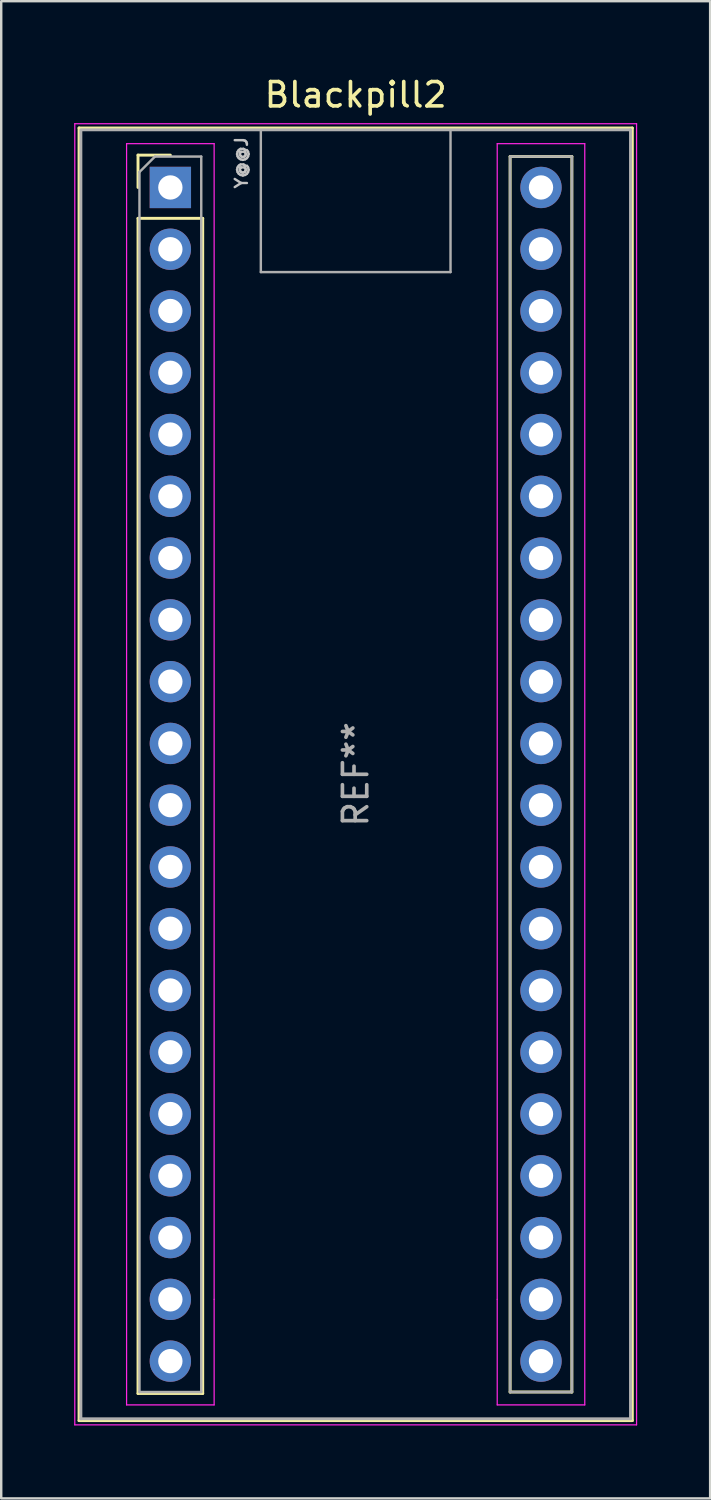
<source format=kicad_pcb>
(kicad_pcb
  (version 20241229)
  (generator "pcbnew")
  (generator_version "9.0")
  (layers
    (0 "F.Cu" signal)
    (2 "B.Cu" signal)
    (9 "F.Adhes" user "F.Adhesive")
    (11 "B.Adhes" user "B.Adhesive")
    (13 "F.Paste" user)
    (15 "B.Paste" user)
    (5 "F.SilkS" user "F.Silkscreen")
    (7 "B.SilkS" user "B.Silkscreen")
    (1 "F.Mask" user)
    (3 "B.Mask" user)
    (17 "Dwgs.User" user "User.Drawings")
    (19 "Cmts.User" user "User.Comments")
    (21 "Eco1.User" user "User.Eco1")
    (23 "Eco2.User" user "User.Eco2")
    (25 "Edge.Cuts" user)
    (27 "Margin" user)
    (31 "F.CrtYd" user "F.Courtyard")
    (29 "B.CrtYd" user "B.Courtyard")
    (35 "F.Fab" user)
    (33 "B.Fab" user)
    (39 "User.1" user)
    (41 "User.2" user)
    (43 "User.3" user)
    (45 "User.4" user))
  (footprint "Blackpill2"
    (layer "F.Cu")
    (at 3.955 4.658)
    (property "Reference" "Blackpill2" (at 7.62 -3.81 0) (layer "F.SilkS") (effects (font (size 1 1) (thickness 0.15))))
    (attr through_hole)
    (fp_line (start -3.755 -2.445) (end 18.995 -2.445) (stroke (width 0.12) (type solid)) (layer "F.SilkS"))
    (fp_line (start -3.755 50.705) (end -3.755 -2.445) (stroke (width 0.12) (type solid)) (layer "F.SilkS"))
    (fp_line (start -1.33 -1.33) (end 0 -1.33) (stroke (width 0.12) (type solid)) (layer "F.SilkS"))
    (fp_line (start -1.33 0) (end -1.33 -1.33) (stroke (width 0.12) (type solid)) (layer "F.SilkS"))
    (fp_line (start -1.33 1.27) (end 1.33 1.27) (stroke (width 0.12) (type solid)) (layer "F.SilkS"))
    (fp_line (start -1.33 49.59) (end -1.33 1.27) (stroke (width 0.12) (type solid)) (layer "F.SilkS"))
    (fp_line (start 1.33 1.27) (end 1.33 49.59) (stroke (width 0.12) (type solid)) (layer "F.SilkS"))
    (fp_line (start 1.33 49.59) (end -1.33 49.59) (stroke (width 0.12) (type solid)) (layer "F.SilkS"))
    (fp_line (start 13.97 -1.27) (end 16.51 -1.27) (stroke (width 0.12) (type solid)) (layer "F.SilkS"))
    (fp_line (start 13.97 49.53) (end 13.97 -1.27) (stroke (width 0.12) (type solid)) (layer "F.SilkS"))
    (fp_line (start 16.51 -1.27) (end 16.51 49.53) (stroke (width 0.12) (type solid)) (layer "F.SilkS"))
    (fp_line (start 16.51 49.53) (end 13.97 49.53) (stroke (width 0.12) (type solid)) (layer "F.SilkS"))
    (fp_line (start 18.995 -2.445) (end 18.995 50.705) (stroke (width 0.12) (type solid)) (layer "F.SilkS"))
    (fp_line (start 18.995 50.705) (end -3.755 50.705) (stroke (width 0.12) (type solid)) (layer "F.SilkS"))
    (fp_line (start -3.93 -2.62) (end 19.17 -2.62) (stroke (width 0.05) (type solid)) (layer "F.CrtYd"))
    (fp_line (start -3.93 50.88) (end -3.93 -2.62) (stroke (width 0.05) (type solid)) (layer "F.CrtYd"))
    (fp_line (start -1.8 -1.8) (end -1.8 50.06) (stroke (width 0.05) (type solid)) (layer "F.CrtYd"))
    (fp_line (start -1.8 50.06) (end 1.8 50.06) (stroke (width 0.05) (type solid)) (layer "F.CrtYd"))
    (fp_line (start 1.8 -1.8) (end -1.8 -1.8) (stroke (width 0.05) (type solid)) (layer "F.CrtYd"))
    (fp_line (start 1.8 -1.8) (end 1.8 45.72) (stroke (width 0.05) (type solid)) (layer "F.CrtYd"))
    (fp_line (start 1.8 45.72) (end 1.8 50.06) (stroke (width 0.05) (type solid)) (layer "F.CrtYd"))
    (fp_line (start 13.44 -1.8) (end 13.44 45.72) (stroke (width 0.05) (type solid)) (layer "F.CrtYd"))
    (fp_line (start 13.44 -1.8) (end 17.04 -1.8) (stroke (width 0.05) (type solid)) (layer "F.CrtYd"))
    (fp_line (start 13.44 45.72) (end 13.44 50.06) (stroke (width 0.05) (type solid)) (layer "F.CrtYd"))
    (fp_line (start 17.04 -1.8) (end 17.04 50.06) (stroke (width 0.05) (type solid)) (layer "F.CrtYd"))
    (fp_line (start 17.04 50.06) (end 13.44 50.06) (stroke (width 0.05) (type solid)) (layer "F.CrtYd"))
    (fp_line (start 19.17 -2.62) (end 19.17 50.88) (stroke (width 0.05) (type solid)) (layer "F.CrtYd"))
    (fp_line (start 19.17 50.88) (end -3.93 50.88) (stroke (width 0.05) (type solid)) (layer "F.CrtYd"))
    (fp_line (start -3.68 -2.37) (end 18.92 -2.37) (stroke (width 0.12) (type solid)) (layer "F.Fab"))
    (fp_line (start -3.68 50.63) (end -3.68 -2.32) (stroke (width 0.12) (type solid)) (layer "F.Fab"))
    (fp_line (start -3.68 50.63) (end 18.92 50.63) (stroke (width 0.12) (type solid)) (layer "F.Fab"))
    (fp_line (start -1.27 -0.635) (end -0.635 -1.27) (stroke (width 0.1) (type solid)) (layer "F.Fab"))
    (fp_line (start -1.27 49.53) (end -1.27 -0.635) (stroke (width 0.1) (type solid)) (layer "F.Fab"))
    (fp_line (start -0.635 -1.27) (end 1.27 -1.27) (stroke (width 0.1) (type solid)) (layer "F.Fab"))
    (fp_line (start 1.27 -1.27) (end 1.27 49.53) (stroke (width 0.1) (type solid)) (layer "F.Fab"))
    (fp_line (start 1.27 49.53) (end -1.27 49.53) (stroke (width 0.1) (type solid)) (layer "F.Fab"))
    (fp_line (start 3.72 3.48) (end 3.72 -2.32) (stroke (width 0.1) (type solid)) (layer "F.Fab"))
    (fp_line (start 3.72 3.48) (end 11.52 3.48) (stroke (width 0.1) (type solid)) (layer "F.Fab"))
    (fp_line (start 11.52 3.48) (end 11.52 -2.32) (stroke (width 0.1) (type solid)) (layer "F.Fab"))
    (fp_line (start 13.97 -1.27) (end 16.51 -1.27) (stroke (width 0.1) (type solid)) (layer "F.Fab"))
    (fp_line (start 13.97 49.53) (end 13.97 -1.27) (stroke (width 0.1) (type solid)) (layer "F.Fab"))
    (fp_line (start 16.51 -1.27) (end 16.51 49.53) (stroke (width 0.1) (type solid)) (layer "F.Fab"))
    (fp_line (start 16.51 49.53) (end 13.97 49.53) (stroke (width 0.1) (type solid)) (layer "F.Fab"))
    (fp_line (start 18.92 -2.37) (end 18.92 50.63) (stroke (width 0.12) (type solid)) (layer "F.Fab"))
    (fp_text user "Y@@J" (at 2.921 -1.016 90) (unlocked yes) (layer "Dwgs.User") (effects (font (size 0.5 0.5) (thickness 0.1))))
    (fp_text user "REF**" (at 7.62 24.13 90) (layer "F.Fab") (effects (font (size 1 1) (thickness 0.15))))
    (pad "1" thru_hole rect (at 0 0) (size 1.7 1.7) (drill 1) (layers "*.Cu" "*.Mask"))
    (pad "2" thru_hole circle (at 0 2.54) (size 1.7 1.7) (drill 1) (layers "*.Cu" "*.Mask"))
    (pad "3" thru_hole circle (at 0 5.08) (size 1.7 1.7) (drill 1) (layers "*.Cu" "*.Mask"))
    (pad "4" thru_hole circle (at 0 7.62) (size 1.7 1.7) (drill 1) (layers "*.Cu" "*.Mask"))
    (pad "5" thru_hole circle (at 0 10.16) (size 1.7 1.7) (drill 1) (layers "*.Cu" "*.Mask"))
    (pad "6" thru_hole circle (at 0 12.7) (size 1.7 1.7) (drill 1) (layers "*.Cu" "*.Mask"))
    (pad "7" thru_hole circle (at 0 15.24) (size 1.7 1.7) (drill 1) (layers "*.Cu" "*.Mask"))
    (pad "8" thru_hole circle (at 0 17.78) (size 1.7 1.7) (drill 1) (layers "*.Cu" "*.Mask"))
    (pad "9" thru_hole circle (at 0 20.32) (size 1.7 1.7) (drill 1) (layers "*.Cu" "*.Mask"))
    (pad "10" thru_hole circle (at 0 22.86) (size 1.7 1.7) (drill 1) (layers "*.Cu" "*.Mask"))
    (pad "11" thru_hole circle (at 0 25.4) (size 1.7 1.7) (drill 1) (layers "*.Cu" "*.Mask"))
    (pad "12" thru_hole circle (at 0 27.94) (size 1.7 1.7) (drill 1) (layers "*.Cu" "*.Mask"))
    (pad "13" thru_hole circle (at 0 30.48) (size 1.7 1.7) (drill 1) (layers "*.Cu" "*.Mask"))
    (pad "14" thru_hole circle (at 0 33.02) (size 1.7 1.7) (drill 1) (layers "*.Cu" "*.Mask"))
    (pad "15" thru_hole circle (at 0 35.56) (size 1.7 1.7) (drill 1) (layers "*.Cu" "*.Mask"))
    (pad "16" thru_hole circle (at 0 38.1) (size 1.7 1.7) (drill 1) (layers "*.Cu" "*.Mask"))
    (pad "17" thru_hole circle (at 0 40.64) (size 1.7 1.7) (drill 1) (layers "*.Cu" "*.Mask"))
    (pad "18" thru_hole circle (at 0 43.18) (size 1.7 1.7) (drill 1) (layers "*.Cu" "*.Mask"))
    (pad "19" thru_hole circle (at 0 45.72) (size 1.7 1.7) (drill 1) (layers "*.Cu" "*.Mask"))
    (pad "20" thru_hole circle (at 0 48.26) (size 1.7 1.7) (drill 1) (layers "*.Cu" "*.Mask"))
    (pad "21" thru_hole circle (at 15.24 48.26) (size 1.7 1.7) (drill 1) (layers "*.Cu" "*.Mask"))
    (pad "22" thru_hole circle (at 15.24 45.72) (size 1.7 1.7) (drill 1) (layers "*.Cu" "*.Mask"))
    (pad "23" thru_hole circle (at 15.24 43.18) (size 1.7 1.7) (drill 1) (layers "*.Cu" "*.Mask"))
    (pad "24" thru_hole circle (at 15.24 40.64) (size 1.7 1.7) (drill 1) (layers "*.Cu" "*.Mask"))
    (pad "25" thru_hole circle (at 15.24 38.1) (size 1.7 1.7) (drill 1) (layers "*.Cu" "*.Mask"))
    (pad "26" thru_hole circle (at 15.24 35.56) (size 1.7 1.7) (drill 1) (layers "*.Cu" "*.Mask"))
    (pad "27" thru_hole circle (at 15.24 33.02) (size 1.7 1.7) (drill 1) (layers "*.Cu" "*.Mask"))
    (pad "28" thru_hole circle (at 15.24 30.48) (size 1.7 1.7) (drill 1) (layers "*.Cu" "*.Mask"))
    (pad "29" thru_hole circle (at 15.24 27.94) (size 1.7 1.7) (drill 1) (layers "*.Cu" "*.Mask"))
    (pad "30" thru_hole circle (at 15.24 25.4) (size 1.7 1.7) (drill 1) (layers "*.Cu" "*.Mask"))
    (pad "31" thru_hole circle (at 15.24 22.86) (size 1.7 1.7) (drill 1) (layers "*.Cu" "*.Mask"))
    (pad "32" thru_hole circle (at 15.24 20.32) (size 1.7 1.7) (drill 1) (layers "*.Cu" "*.Mask"))
    (pad "33" thru_hole circle (at 15.24 17.78) (size 1.7 1.7) (drill 1) (layers "*.Cu" "*.Mask"))
    (pad "34" thru_hole circle (at 15.24 15.24) (size 1.7 1.7) (drill 1) (layers "*.Cu" "*.Mask"))
    (pad "35" thru_hole circle (at 15.24 12.7) (size 1.7 1.7) (drill 1) (layers "*.Cu" "*.Mask"))
    (pad "36" thru_hole circle (at 15.24 10.16) (size 1.7 1.7) (drill 1) (layers "*.Cu" "*.Mask"))
    (pad "37" thru_hole circle (at 15.24 7.62) (size 1.7 1.7) (drill 1) (layers "*.Cu" "*.Mask"))
    (pad "38" thru_hole circle (at 15.24 5.08) (size 1.7 1.7) (drill 1) (layers "*.Cu" "*.Mask"))
    (pad "39" thru_hole circle (at 15.24 2.54) (size 1.7 1.7) (drill 1) (layers "*.Cu" "*.Mask"))
    (pad "40" thru_hole circle (at 15.24 0) (size 1.7 1.7) (drill 1) (layers "*.Cu" "*.Mask")))
  (gr_rect
    (start -3 -3)
    (end 26.15 58.563)
    (stroke (width 0.1) (type default))
    (fill no)
    (layer "Edge.Cuts")))
</source>
